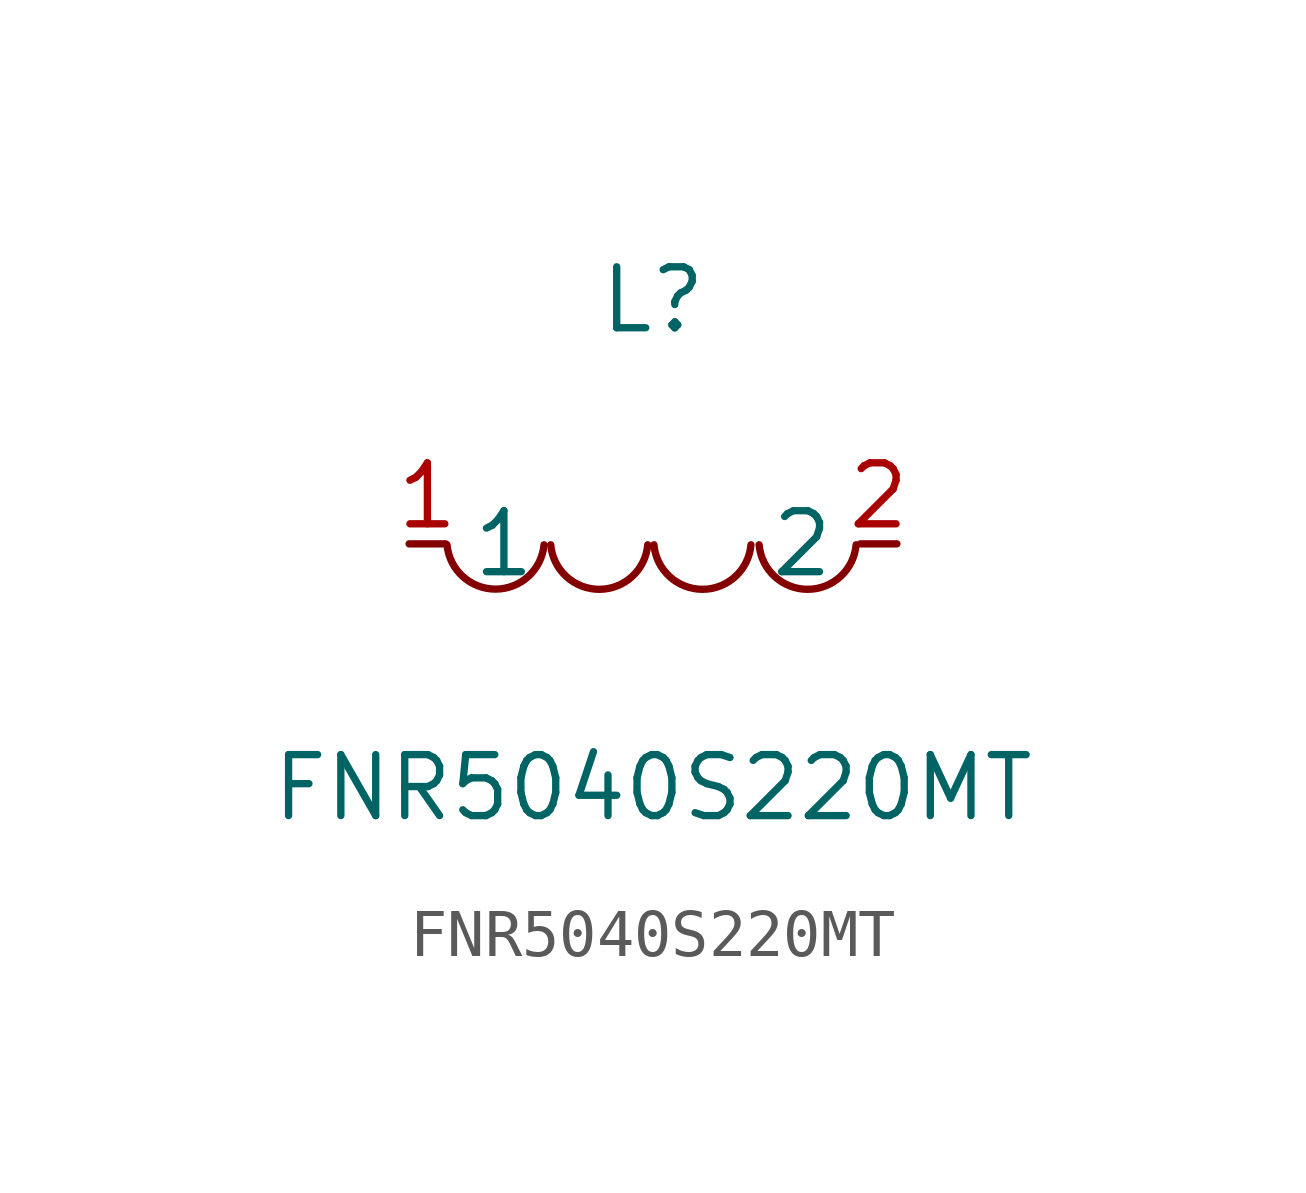
<source format=kicad_sym>
(kicad_symbol_lib
  (version 20211014)
  (generator https://github.com/uPesy/easyeda2kicad.py)
  (symbol "FNR5040S220MT"
    (property "Reference" "L"
      (at 0 5.08 0)
      (effects (font (size 1.27 1.27))))
    (property "Value" "FNR5040S220MT"
      (at 0 -5.08 0)
      (effects (font (size 1.27 1.27))))
    (symbol "FNR5040S220MT_0_1"
      (arc (start -4.29 -0.02) (mid -2.81 -1.01) (end -2.27 -0.02) (stroke (width 0) (type default) (color 0 0 0 0)) (fill (type none)))
      (arc (start -2.13 -0.02) (mid -0.66 -1.01) (end -0.11 -0.02) (stroke (width 0) (type default) (color 0 0 0 0)) (fill (type none)))
      (arc (start 0.02 -0.02) (mid 1.49 -1.01) (end 2.04 -0.02) (stroke (width 0) (type default) (color 0 0 0 0)) (fill (type none)))
      (arc (start 2.21 -0.02) (mid 3.68 -1.01) (end 4.23 -0.02) (stroke (width 0) (type default) (color 0 0 0 0)) (fill (type none)))
      (pin unspecified line (at 5.08 -0.00 180) (length 0.762) (name "2" (effects (font (size 1.27 1.27)))) (number "2" (effects (font (size 1.27 1.27)))))
      (pin unspecified line (at -5.08 -0.00 0) (length 0.762) (name "1" (effects (font (size 1.27 1.27)))) (number "1" (effects (font (size 1.27 1.27))))))))
</source>
